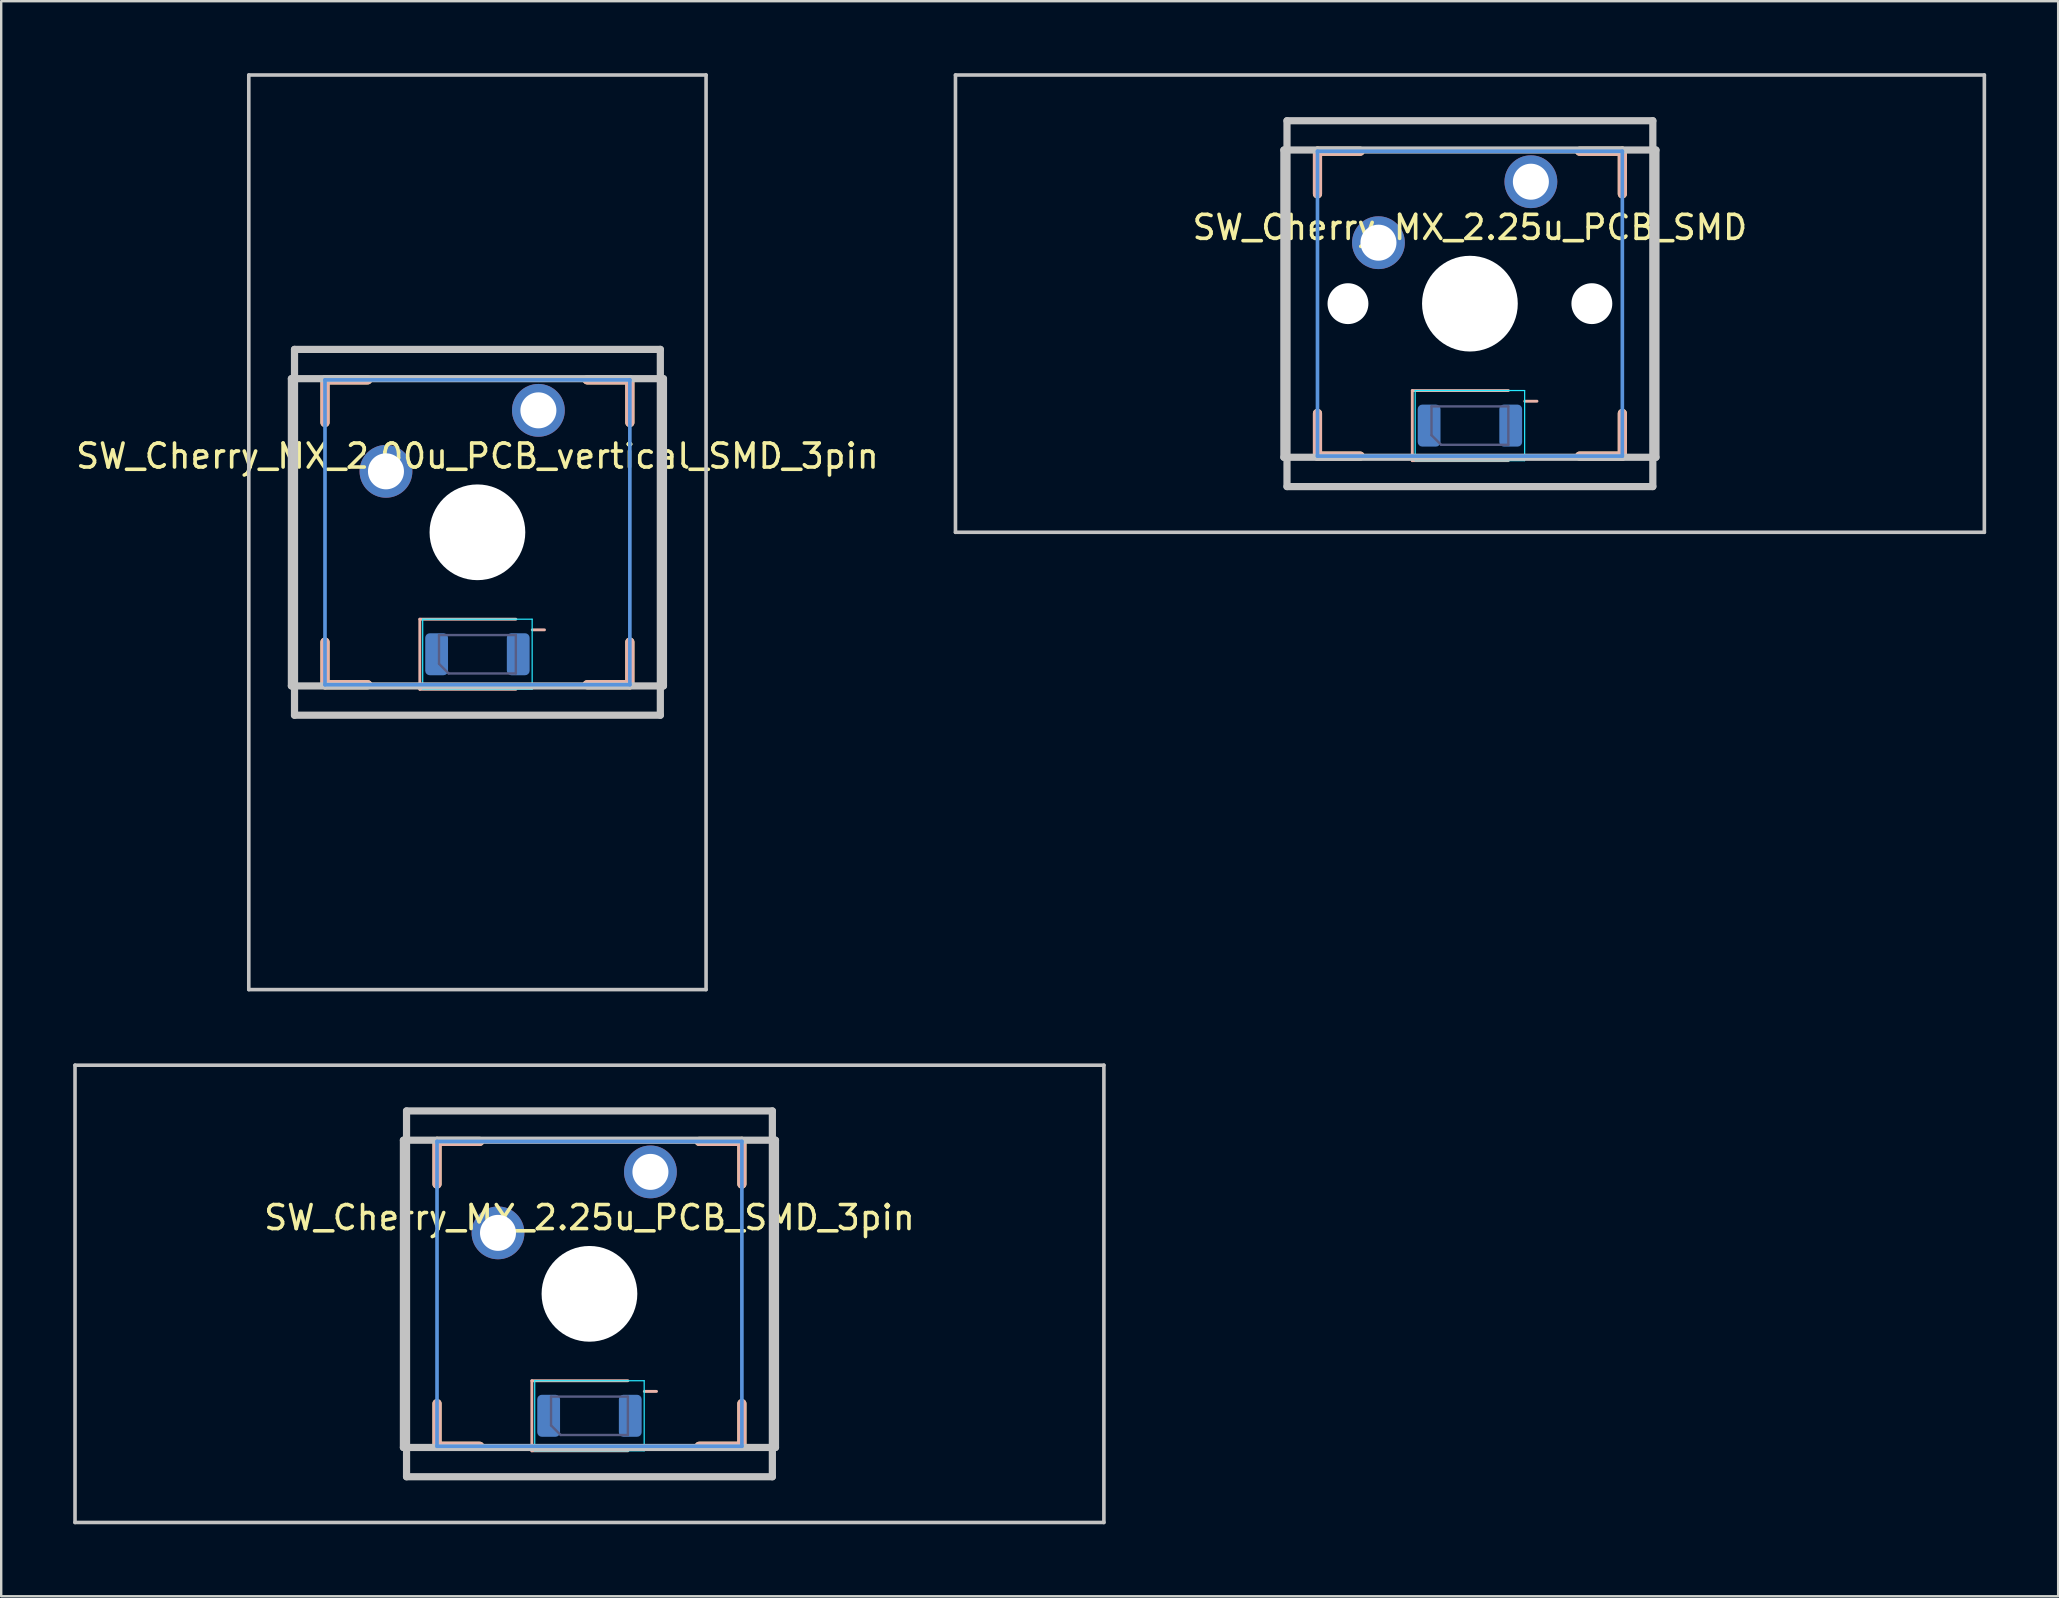
<source format=kicad_pcb>
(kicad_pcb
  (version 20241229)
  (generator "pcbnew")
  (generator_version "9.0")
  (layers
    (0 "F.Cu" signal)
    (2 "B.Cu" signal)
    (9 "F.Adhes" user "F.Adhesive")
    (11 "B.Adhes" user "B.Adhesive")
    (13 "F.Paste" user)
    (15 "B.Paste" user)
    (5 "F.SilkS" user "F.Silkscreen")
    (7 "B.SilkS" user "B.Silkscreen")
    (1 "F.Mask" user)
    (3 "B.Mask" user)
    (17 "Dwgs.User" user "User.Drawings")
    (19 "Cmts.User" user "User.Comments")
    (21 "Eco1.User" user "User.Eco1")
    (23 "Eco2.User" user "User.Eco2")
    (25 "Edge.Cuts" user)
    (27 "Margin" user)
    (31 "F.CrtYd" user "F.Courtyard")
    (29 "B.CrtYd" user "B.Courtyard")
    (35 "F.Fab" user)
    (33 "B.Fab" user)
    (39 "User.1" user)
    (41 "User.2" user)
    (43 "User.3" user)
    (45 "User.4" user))
  (footprint "SW_Cherry_MX_2.25u_PCB_SMD"
    (layer "F.Cu")
    (at 58.185 9.6)
    (property "Reference" "SW_Cherry_MX_2.25u_PCB_SMD" (at 0 -3.175 0) (layer "F.SilkS") (effects (font (size 1 1) (thickness 0.15))))
    (attr exclude_from_pos_files exclude_from_bom)
    (fp_line (start -6.35 -6.35) (end -4.572 -6.35) (stroke (width 0.381) (type solid)) (layer "F.SilkS"))
    (fp_line (start -6.35 -4.572) (end -6.35 -6.35) (stroke (width 0.381) (type solid)) (layer "F.SilkS"))
    (fp_line (start -6.35 6.35) (end -6.35 4.572) (stroke (width 0.381) (type solid)) (layer "F.SilkS"))
    (fp_line (start -4.572 6.35) (end -6.35 6.35) (stroke (width 0.381) (type solid)) (layer "F.SilkS"))
    (fp_line (start 4.572 -6.35) (end 6.35 -6.35) (stroke (width 0.381) (type solid)) (layer "F.SilkS"))
    (fp_line (start 6.35 -6.35) (end 6.35 -4.572) (stroke (width 0.381) (type solid)) (layer "F.SilkS"))
    (fp_line (start 6.35 4.572) (end 6.35 6.35) (stroke (width 0.381) (type solid)) (layer "F.SilkS"))
    (fp_line (start 6.35 6.35) (end 4.572 6.35) (stroke (width 0.381) (type solid)) (layer "F.SilkS"))
    (fp_line (start -6.35 -6.35) (end -6.35 -4.572) (stroke (width 0.381) (type solid)) (layer "B.SilkS"))
    (fp_line (start -6.35 4.572) (end -6.35 6.35) (stroke (width 0.381) (type solid)) (layer "B.SilkS"))
    (fp_line (start -6.35 6.35) (end -4.572 6.35) (stroke (width 0.381) (type solid)) (layer "B.SilkS"))
    (fp_line (start -4.572 -6.35) (end -6.35 -6.35) (stroke (width 0.381) (type solid)) (layer "B.SilkS"))
    (fp_line (start -2.4 3.62) (end 1.6 3.62) (stroke (width 0.12) (type solid)) (layer "B.SilkS"))
    (fp_line (start -2.4 6.54) (end -2.4 3.62) (stroke (width 0.12) (type solid)) (layer "B.SilkS"))
    (fp_line (start 1.6 6.54) (end -2.4 6.54) (stroke (width 0.12) (type solid)) (layer "B.SilkS"))
    (fp_line (start 2.286 4.064) (end 2.794 4.064) (stroke (width 0.12) (type solid)) (layer "B.SilkS"))
    (fp_line (start 4.572 6.35) (end 6.35 6.35) (stroke (width 0.381) (type solid)) (layer "B.SilkS"))
    (fp_line (start 6.35 -6.35) (end 4.572 -6.35) (stroke (width 0.381) (type solid)) (layer "B.SilkS"))
    (fp_line (start 6.35 -4.572) (end 6.35 -6.35) (stroke (width 0.381) (type solid)) (layer "B.SilkS"))
    (fp_line (start 6.35 6.35) (end 6.35 4.572) (stroke (width 0.381) (type solid)) (layer "B.SilkS"))
    (fp_line (start -21.431 -9.525) (end 21.431 -9.525) (stroke (width 0.15) (type solid)) (layer "Dwgs.User"))
    (fp_line (start -21.431 9.525) (end -21.431 -9.525) (stroke (width 0.15) (type solid)) (layer "Dwgs.User"))
    (fp_line (start -7.75 6.4) (end -7.75 -6.4) (stroke (width 0.3) (type solid)) (layer "Dwgs.User"))
    (fp_line (start -7.75 6.4) (end 7.75 6.4) (stroke (width 0.3) (type solid)) (layer "Dwgs.User"))
    (fp_line (start -7.62 -7.62) (end 7.62 -7.62) (stroke (width 0.3) (type solid)) (layer "Dwgs.User"))
    (fp_line (start -7.62 7.62) (end -7.62 -7.62) (stroke (width 0.3) (type solid)) (layer "Dwgs.User"))
    (fp_line (start 7.62 -7.62) (end 7.62 7.62) (stroke (width 0.3) (type solid)) (layer "Dwgs.User"))
    (fp_line (start 7.62 7.62) (end -7.62 7.62) (stroke (width 0.3) (type solid)) (layer "Dwgs.User"))
    (fp_line (start 7.75 -6.4) (end -7.75 -6.4) (stroke (width 0.3) (type solid)) (layer "Dwgs.User"))
    (fp_line (start 7.75 6.4) (end 7.75 -6.4) (stroke (width 0.3) (type solid)) (layer "Dwgs.User"))
    (fp_line (start 21.431 -9.525) (end 21.431 9.525) (stroke (width 0.15) (type solid)) (layer "Dwgs.User"))
    (fp_line (start 21.431 9.525) (end -21.431 9.525) (stroke (width 0.15) (type solid)) (layer "Dwgs.User"))
    (fp_line (start -6.35 -6.35) (end 6.35 -6.35) (stroke (width 0.152) (type solid)) (layer "Cmts.User"))
    (fp_line (start -6.35 6.35) (end -6.35 -6.35) (stroke (width 0.152) (type solid)) (layer "Cmts.User"))
    (fp_line (start 6.35 -6.35) (end 6.35 6.35) (stroke (width 0.152) (type solid)) (layer "Cmts.User"))
    (fp_line (start 6.35 6.35) (end -6.35 6.35) (stroke (width 0.152) (type solid)) (layer "Cmts.User"))
    (fp_line (start -6.985 -6.985) (end 6.985 -6.985) (stroke (width 0.152) (type solid)) (layer "Eco2.User"))
    (fp_line (start -6.985 6.985) (end -6.985 -6.985) (stroke (width 0.152) (type solid)) (layer "Eco2.User"))
    (fp_line (start 6.985 -6.985) (end 6.985 6.985) (stroke (width 0.152) (type solid)) (layer "Eco2.User"))
    (fp_line (start 6.985 6.985) (end -6.985 6.985) (stroke (width 0.152) (type solid)) (layer "Eco2.User"))
    (fp_line (start -2.28 3.62) (end -2.28 6.54) (stroke (width 0.05) (type solid)) (layer "B.CrtYd"))
    (fp_line (start -2.28 6.54) (end 2.28 6.54) (stroke (width 0.05) (type solid)) (layer "B.CrtYd"))
    (fp_line (start 2.28 3.62) (end -2.28 3.62) (stroke (width 0.05) (type solid)) (layer "B.CrtYd"))
    (fp_line (start 2.28 6.54) (end 2.28 3.62) (stroke (width 0.05) (type solid)) (layer "B.CrtYd"))
    (fp_line (start -1.6 4.28) (end 1.6 4.28) (stroke (width 0.1) (type solid)) (layer "B.Fab"))
    (fp_line (start -1.6 5.48) (end -1.6 4.28) (stroke (width 0.1) (type solid)) (layer "B.Fab"))
    (fp_line (start -1.2 5.88) (end -1.6 5.48) (stroke (width 0.1) (type solid)) (layer "B.Fab"))
    (fp_line (start 1.6 4.28) (end 1.6 5.88) (stroke (width 0.1) (type solid)) (layer "B.Fab"))
    (fp_line (start 1.6 5.88) (end -1.2 5.88) (stroke (width 0.1) (type solid)) (layer "B.Fab"))
    (pad "" np_thru_hole circle (at -5.08 0) (size 1.702 1.702) (drill 1.702) (layers "*.Cu" "*.Mask"))
    (pad "" np_thru_hole circle (at 0 0) (size 3.988 3.988) (drill 3.988) (layers "*.Cu" "*.Mask"))
    (pad "" np_thru_hole circle (at 5.08 0) (size 1.702 1.702) (drill 1.702) (layers "*.Cu" "*.Mask"))
    (pad "1" thru_hole circle (at -3.81 -2.54) (size 2.2 2.2) (drill 1.5) (layers "*.Cu" "*.Mask"))
    (pad "2" thru_hole circle (at 2.54 -5.08) (size 2.2 2.2) (drill 1.5) (layers "*.Cu" "*.Mask"))
    (pad "3" smd roundrect (at 1.7 5.08) (size 0.95 1.75) (layers "B.Cu" "B.Mask" "B.Paste") (roundrect_rratio 0.2))
    (pad "4" smd roundrect (at -1.7 5.08) (size 0.95 1.75) (layers "B.Cu" "B.Mask" "B.Paste") (roundrect_rratio 0.2)))
  (footprint "SW_Cherry_MX_2.25u_PCB_SMD_3pin"
    (layer "F.Cu")
    (at 21.506 50.85)
    (property "Reference" "SW_Cherry_MX_2.25u_PCB_SMD_3pin" (at 0 -3.175 0) (layer "F.SilkS") (effects (font (size 1 1) (thickness 0.15))))
    (attr exclude_from_pos_files exclude_from_bom)
    (fp_line (start -6.35 -6.35) (end -4.572 -6.35) (stroke (width 0.381) (type solid)) (layer "F.SilkS"))
    (fp_line (start -6.35 -4.572) (end -6.35 -6.35) (stroke (width 0.381) (type solid)) (layer "F.SilkS"))
    (fp_line (start -6.35 6.35) (end -6.35 4.572) (stroke (width 0.381) (type solid)) (layer "F.SilkS"))
    (fp_line (start -4.572 6.35) (end -6.35 6.35) (stroke (width 0.381) (type solid)) (layer "F.SilkS"))
    (fp_line (start 4.572 -6.35) (end 6.35 -6.35) (stroke (width 0.381) (type solid)) (layer "F.SilkS"))
    (fp_line (start 6.35 -6.35) (end 6.35 -4.572) (stroke (width 0.381) (type solid)) (layer "F.SilkS"))
    (fp_line (start 6.35 4.572) (end 6.35 6.35) (stroke (width 0.381) (type solid)) (layer "F.SilkS"))
    (fp_line (start 6.35 6.35) (end 4.572 6.35) (stroke (width 0.381) (type solid)) (layer "F.SilkS"))
    (fp_line (start -6.35 -6.35) (end -6.35 -4.572) (stroke (width 0.381) (type solid)) (layer "B.SilkS"))
    (fp_line (start -6.35 4.572) (end -6.35 6.35) (stroke (width 0.381) (type solid)) (layer "B.SilkS"))
    (fp_line (start -6.35 6.35) (end -4.572 6.35) (stroke (width 0.381) (type solid)) (layer "B.SilkS"))
    (fp_line (start -4.572 -6.35) (end -6.35 -6.35) (stroke (width 0.381) (type solid)) (layer "B.SilkS"))
    (fp_line (start -2.4 3.62) (end 1.6 3.62) (stroke (width 0.12) (type solid)) (layer "B.SilkS"))
    (fp_line (start -2.4 6.54) (end -2.4 3.62) (stroke (width 0.12) (type solid)) (layer "B.SilkS"))
    (fp_line (start 1.6 6.54) (end -2.4 6.54) (stroke (width 0.12) (type solid)) (layer "B.SilkS"))
    (fp_line (start 2.286 4.064) (end 2.794 4.064) (stroke (width 0.12) (type solid)) (layer "B.SilkS"))
    (fp_line (start 4.572 6.35) (end 6.35 6.35) (stroke (width 0.381) (type solid)) (layer "B.SilkS"))
    (fp_line (start 6.35 -6.35) (end 4.572 -6.35) (stroke (width 0.381) (type solid)) (layer "B.SilkS"))
    (fp_line (start 6.35 -4.572) (end 6.35 -6.35) (stroke (width 0.381) (type solid)) (layer "B.SilkS"))
    (fp_line (start 6.35 6.35) (end 6.35 4.572) (stroke (width 0.381) (type solid)) (layer "B.SilkS"))
    (fp_line (start -21.431 -9.525) (end 21.431 -9.525) (stroke (width 0.15) (type solid)) (layer "Dwgs.User"))
    (fp_line (start -21.431 9.525) (end -21.431 -9.525) (stroke (width 0.15) (type solid)) (layer "Dwgs.User"))
    (fp_line (start -7.75 6.4) (end -7.75 -6.4) (stroke (width 0.3) (type solid)) (layer "Dwgs.User"))
    (fp_line (start -7.75 6.4) (end 7.75 6.4) (stroke (width 0.3) (type solid)) (layer "Dwgs.User"))
    (fp_line (start -7.62 -7.62) (end 7.62 -7.62) (stroke (width 0.3) (type solid)) (layer "Dwgs.User"))
    (fp_line (start -7.62 7.62) (end -7.62 -7.62) (stroke (width 0.3) (type solid)) (layer "Dwgs.User"))
    (fp_line (start 7.62 -7.62) (end 7.62 7.62) (stroke (width 0.3) (type solid)) (layer "Dwgs.User"))
    (fp_line (start 7.62 7.62) (end -7.62 7.62) (stroke (width 0.3) (type solid)) (layer "Dwgs.User"))
    (fp_line (start 7.75 -6.4) (end -7.75 -6.4) (stroke (width 0.3) (type solid)) (layer "Dwgs.User"))
    (fp_line (start 7.75 6.4) (end 7.75 -6.4) (stroke (width 0.3) (type solid)) (layer "Dwgs.User"))
    (fp_line (start 21.431 -9.525) (end 21.431 9.525) (stroke (width 0.15) (type solid)) (layer "Dwgs.User"))
    (fp_line (start 21.431 9.525) (end -21.431 9.525) (stroke (width 0.15) (type solid)) (layer "Dwgs.User"))
    (fp_line (start -6.35 -6.35) (end 6.35 -6.35) (stroke (width 0.152) (type solid)) (layer "Cmts.User"))
    (fp_line (start -6.35 6.35) (end -6.35 -6.35) (stroke (width 0.152) (type solid)) (layer "Cmts.User"))
    (fp_line (start 6.35 -6.35) (end 6.35 6.35) (stroke (width 0.152) (type solid)) (layer "Cmts.User"))
    (fp_line (start 6.35 6.35) (end -6.35 6.35) (stroke (width 0.152) (type solid)) (layer "Cmts.User"))
    (fp_line (start -6.985 -6.985) (end 6.985 -6.985) (stroke (width 0.152) (type solid)) (layer "Eco2.User"))
    (fp_line (start -6.985 6.985) (end -6.985 -6.985) (stroke (width 0.152) (type solid)) (layer "Eco2.User"))
    (fp_line (start 6.985 -6.985) (end 6.985 6.985) (stroke (width 0.152) (type solid)) (layer "Eco2.User"))
    (fp_line (start 6.985 6.985) (end -6.985 6.985) (stroke (width 0.152) (type solid)) (layer "Eco2.User"))
    (fp_line (start -2.28 3.62) (end -2.28 6.54) (stroke (width 0.05) (type solid)) (layer "B.CrtYd"))
    (fp_line (start -2.28 6.54) (end 2.28 6.54) (stroke (width 0.05) (type solid)) (layer "B.CrtYd"))
    (fp_line (start 2.28 3.62) (end -2.28 3.62) (stroke (width 0.05) (type solid)) (layer "B.CrtYd"))
    (fp_line (start 2.28 6.54) (end 2.28 3.62) (stroke (width 0.05) (type solid)) (layer "B.CrtYd"))
    (fp_line (start -1.6 4.28) (end 1.6 4.28) (stroke (width 0.1) (type solid)) (layer "B.Fab"))
    (fp_line (start -1.6 5.48) (end -1.6 4.28) (stroke (width 0.1) (type solid)) (layer "B.Fab"))
    (fp_line (start -1.2 5.88) (end -1.6 5.48) (stroke (width 0.1) (type solid)) (layer "B.Fab"))
    (fp_line (start 1.6 4.28) (end 1.6 5.88) (stroke (width 0.1) (type solid)) (layer "B.Fab"))
    (fp_line (start 1.6 5.88) (end -1.2 5.88) (stroke (width 0.1) (type solid)) (layer "B.Fab"))
    (pad "" np_thru_hole circle (at 0 0) (size 3.988 3.988) (drill 3.988) (layers "*.Cu" "*.Mask"))
    (pad "1" thru_hole circle (at -3.81 -2.54) (size 2.2 2.2) (drill 1.5) (layers "*.Cu" "*.Mask"))
    (pad "2" thru_hole circle (at 2.54 -5.08) (size 2.2 2.2) (drill 1.5) (layers "*.Cu" "*.Mask"))
    (pad "3" smd roundrect (at 1.7 5.08) (size 0.95 1.75) (layers "B.Cu" "B.Mask" "B.Paste") (roundrect_rratio 0.2))
    (pad "4" smd roundrect (at -1.7 5.08) (size 0.95 1.75) (layers "B.Cu" "B.Mask" "B.Paste") (roundrect_rratio 0.2)))
  (footprint "SW_Cherry_MX_2.00u_PCB_vertical_SMD_3pin"
    (layer "F.Cu")
    (at 16.839 19.125)
    (property "Reference" "SW_Cherry_MX_2.00u_PCB_vertical_SMD_3pin" (at 0 -3.175 0) (layer "F.SilkS") (effects (font (size 1 1) (thickness 0.15))))
    (attr exclude_from_pos_files exclude_from_bom)
    (fp_line (start -6.35 -6.35) (end -4.572 -6.35) (stroke (width 0.381) (type solid)) (layer "F.SilkS"))
    (fp_line (start -6.35 -4.572) (end -6.35 -6.35) (stroke (width 0.381) (type solid)) (layer "F.SilkS"))
    (fp_line (start -6.35 6.35) (end -6.35 4.572) (stroke (width 0.381) (type solid)) (layer "F.SilkS"))
    (fp_line (start -4.572 6.35) (end -6.35 6.35) (stroke (width 0.381) (type solid)) (layer "F.SilkS"))
    (fp_line (start 4.572 -6.35) (end 6.35 -6.35) (stroke (width 0.381) (type solid)) (layer "F.SilkS"))
    (fp_line (start 6.35 -6.35) (end 6.35 -4.572) (stroke (width 0.381) (type solid)) (layer "F.SilkS"))
    (fp_line (start 6.35 4.572) (end 6.35 6.35) (stroke (width 0.381) (type solid)) (layer "F.SilkS"))
    (fp_line (start 6.35 6.35) (end 4.572 6.35) (stroke (width 0.381) (type solid)) (layer "F.SilkS"))
    (fp_line (start -6.35 -6.35) (end -6.35 -4.572) (stroke (width 0.381) (type solid)) (layer "B.SilkS"))
    (fp_line (start -6.35 4.572) (end -6.35 6.35) (stroke (width 0.381) (type solid)) (layer "B.SilkS"))
    (fp_line (start -6.35 6.35) (end -4.572 6.35) (stroke (width 0.381) (type solid)) (layer "B.SilkS"))
    (fp_line (start -4.572 -6.35) (end -6.35 -6.35) (stroke (width 0.381) (type solid)) (layer "B.SilkS"))
    (fp_line (start -2.4 3.62) (end 1.6 3.62) (stroke (width 0.12) (type solid)) (layer "B.SilkS"))
    (fp_line (start -2.4 6.54) (end -2.4 3.62) (stroke (width 0.12) (type solid)) (layer "B.SilkS"))
    (fp_line (start 1.6 6.54) (end -2.4 6.54) (stroke (width 0.12) (type solid)) (layer "B.SilkS"))
    (fp_line (start 2.286 4.064) (end 2.794 4.064) (stroke (width 0.12) (type solid)) (layer "B.SilkS"))
    (fp_line (start 4.572 6.35) (end 6.35 6.35) (stroke (width 0.381) (type solid)) (layer "B.SilkS"))
    (fp_line (start 6.35 -6.35) (end 4.572 -6.35) (stroke (width 0.381) (type solid)) (layer "B.SilkS"))
    (fp_line (start 6.35 -4.572) (end 6.35 -6.35) (stroke (width 0.381) (type solid)) (layer "B.SilkS"))
    (fp_line (start 6.35 6.35) (end 6.35 4.572) (stroke (width 0.381) (type solid)) (layer "B.SilkS"))
    (fp_line (start -9.525 -19.05) (end 9.525 -19.05) (stroke (width 0.15) (type solid)) (layer "Dwgs.User"))
    (fp_line (start -9.525 19.05) (end -9.525 -19.05) (stroke (width 0.15) (type solid)) (layer "Dwgs.User"))
    (fp_line (start -7.75 6.4) (end -7.75 -6.4) (stroke (width 0.3) (type solid)) (layer "Dwgs.User"))
    (fp_line (start -7.75 6.4) (end 7.75 6.4) (stroke (width 0.3) (type solid)) (layer "Dwgs.User"))
    (fp_line (start -7.62 -7.62) (end 7.62 -7.62) (stroke (width 0.3) (type solid)) (layer "Dwgs.User"))
    (fp_line (start -7.62 7.62) (end -7.62 -7.62) (stroke (width 0.3) (type solid)) (layer "Dwgs.User"))
    (fp_line (start 7.62 -7.62) (end 7.62 7.62) (stroke (width 0.3) (type solid)) (layer "Dwgs.User"))
    (fp_line (start 7.62 7.62) (end -7.62 7.62) (stroke (width 0.3) (type solid)) (layer "Dwgs.User"))
    (fp_line (start 7.75 -6.4) (end -7.75 -6.4) (stroke (width 0.3) (type solid)) (layer "Dwgs.User"))
    (fp_line (start 7.75 6.4) (end 7.75 -6.4) (stroke (width 0.3) (type solid)) (layer "Dwgs.User"))
    (fp_line (start 9.525 -19.05) (end 9.525 19.05) (stroke (width 0.15) (type solid)) (layer "Dwgs.User"))
    (fp_line (start 9.525 19.05) (end -9.525 19.05) (stroke (width 0.15) (type solid)) (layer "Dwgs.User"))
    (fp_line (start -6.35 -6.35) (end 6.35 -6.35) (stroke (width 0.152) (type solid)) (layer "Cmts.User"))
    (fp_line (start -6.35 6.35) (end -6.35 -6.35) (stroke (width 0.152) (type solid)) (layer "Cmts.User"))
    (fp_line (start 6.35 -6.35) (end 6.35 6.35) (stroke (width 0.152) (type solid)) (layer "Cmts.User"))
    (fp_line (start 6.35 6.35) (end -6.35 6.35) (stroke (width 0.152) (type solid)) (layer "Cmts.User"))
    (fp_line (start -6.985 -6.985) (end 6.985 -6.985) (stroke (width 0.152) (type solid)) (layer "Eco2.User"))
    (fp_line (start -6.985 6.985) (end -6.985 -6.985) (stroke (width 0.152) (type solid)) (layer "Eco2.User"))
    (fp_line (start 6.985 -6.985) (end 6.985 6.985) (stroke (width 0.152) (type solid)) (layer "Eco2.User"))
    (fp_line (start 6.985 6.985) (end -6.985 6.985) (stroke (width 0.152) (type solid)) (layer "Eco2.User"))
    (fp_line (start -2.28 3.62) (end -2.28 6.54) (stroke (width 0.05) (type solid)) (layer "B.CrtYd"))
    (fp_line (start -2.28 6.54) (end 2.28 6.54) (stroke (width 0.05) (type solid)) (layer "B.CrtYd"))
    (fp_line (start 2.28 3.62) (end -2.28 3.62) (stroke (width 0.05) (type solid)) (layer "B.CrtYd"))
    (fp_line (start 2.28 6.54) (end 2.28 3.62) (stroke (width 0.05) (type solid)) (layer "B.CrtYd"))
    (fp_line (start -1.6 4.28) (end 1.6 4.28) (stroke (width 0.1) (type solid)) (layer "B.Fab"))
    (fp_line (start -1.6 5.48) (end -1.6 4.28) (stroke (width 0.1) (type solid)) (layer "B.Fab"))
    (fp_line (start -1.2 5.88) (end -1.6 5.48) (stroke (width 0.1) (type solid)) (layer "B.Fab"))
    (fp_line (start 1.6 4.28) (end 1.6 5.88) (stroke (width 0.1) (type solid)) (layer "B.Fab"))
    (fp_line (start 1.6 5.88) (end -1.2 5.88) (stroke (width 0.1) (type solid)) (layer "B.Fab"))
    (pad "" np_thru_hole circle (at 0 0) (size 3.988 3.988) (drill 3.988) (layers "*.Cu" "*.Mask"))
    (pad "1" thru_hole circle (at -3.81 -2.54) (size 2.2 2.2) (drill 1.5) (layers "*.Cu" "*.Mask"))
    (pad "2" thru_hole circle (at 2.54 -5.08) (size 2.2 2.2) (drill 1.5) (layers "*.Cu" "*.Mask"))
    (pad "3" smd roundrect (at 1.7 5.08) (size 0.95 1.75) (layers "B.Cu" "B.Mask" "B.Paste") (roundrect_rratio 0.2))
    (pad "4" smd roundrect (at -1.7 5.08) (size 0.95 1.75) (layers "B.Cu" "B.Mask" "B.Paste") (roundrect_rratio 0.2)))
  (gr_rect
    (start -3 -3)
    (end 82.691 63.45)
    (stroke (width 0.1) (type default))
    (fill no)
    (layer "Edge.Cuts")))
</source>
